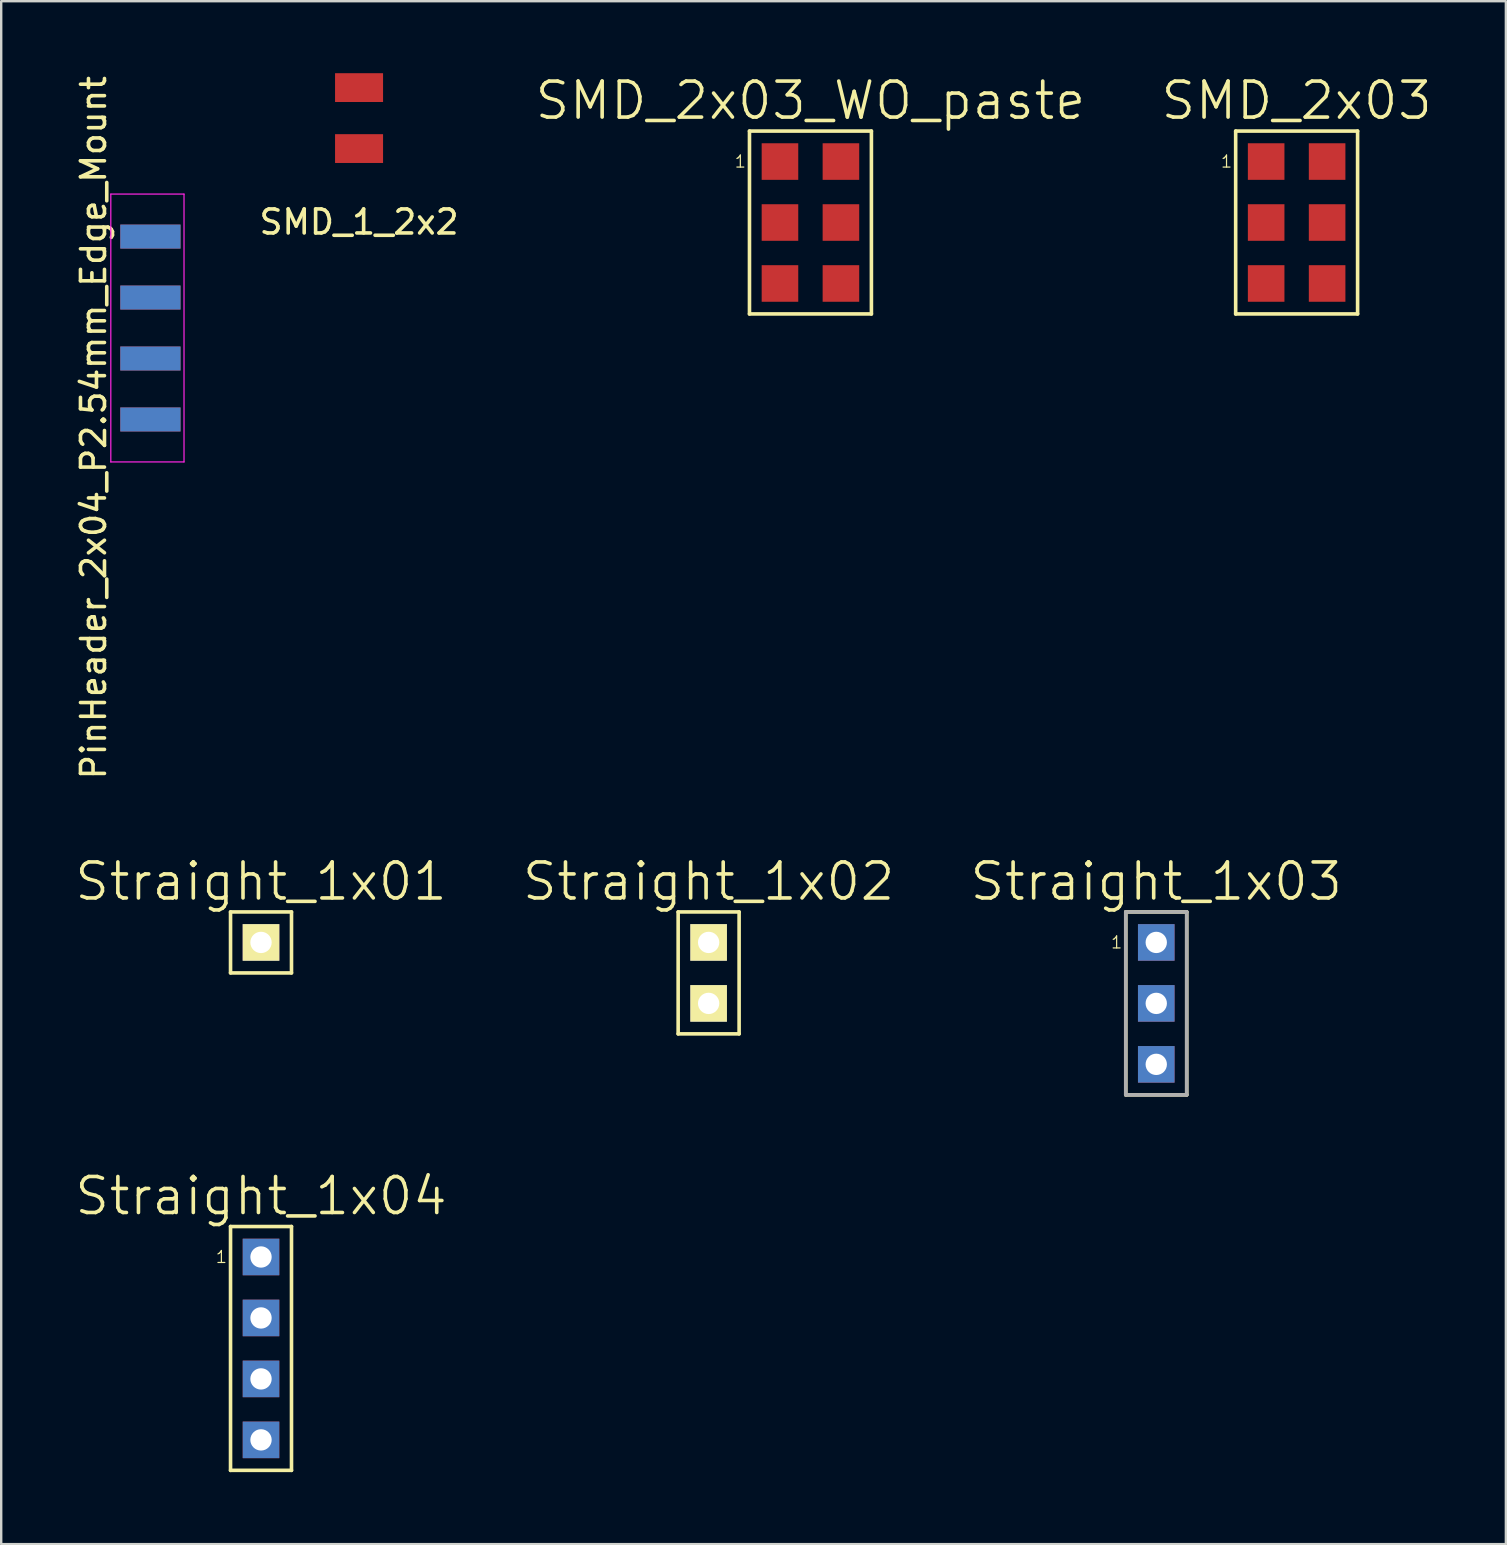
<source format=kicad_pcb>
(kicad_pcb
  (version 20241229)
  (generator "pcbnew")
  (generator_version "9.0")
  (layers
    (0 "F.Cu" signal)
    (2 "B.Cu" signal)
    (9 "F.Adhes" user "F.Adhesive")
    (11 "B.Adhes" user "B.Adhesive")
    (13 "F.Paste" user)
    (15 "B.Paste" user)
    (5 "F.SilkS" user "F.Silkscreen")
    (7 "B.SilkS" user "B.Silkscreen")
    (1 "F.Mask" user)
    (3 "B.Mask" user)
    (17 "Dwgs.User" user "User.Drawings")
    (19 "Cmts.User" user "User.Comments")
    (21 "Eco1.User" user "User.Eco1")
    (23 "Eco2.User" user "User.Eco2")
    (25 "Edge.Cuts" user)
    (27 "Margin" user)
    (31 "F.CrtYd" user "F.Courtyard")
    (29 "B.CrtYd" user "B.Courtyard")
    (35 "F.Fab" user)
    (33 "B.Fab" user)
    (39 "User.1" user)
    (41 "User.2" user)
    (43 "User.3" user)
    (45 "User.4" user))
  (footprint "Straight_1x01"
    (layer "F.Cu")
    (at 7.825 36.216)
    (property "Reference" "Straight_1x01" (at 0 -2.54 0) (layer "F.SilkS") (effects (font (size 1.5 1.5) (thickness 0.15))))
    (attr through_hole)
    (fp_line (start -1.27 -1.27) (end 1.27 -1.27) (stroke (width 0.15) (type solid)) (layer "F.SilkS"))
    (fp_line (start -1.27 1.27) (end -1.27 -1.27) (stroke (width 0.15) (type solid)) (layer "F.SilkS"))
    (fp_line (start 1.27 -1.27) (end 1.27 1.27) (stroke (width 0.15) (type solid)) (layer "F.SilkS"))
    (fp_line (start 1.27 1.27) (end -1.27 1.27) (stroke (width 0.15) (type solid)) (layer "F.SilkS"))
    (pad "1" thru_hole rect (at 0 0) (size 1.524 1.524) (drill 0.889) (layers "*.Cu" "*.Mask" "F.SilkS")))
  (footprint "SMD_1_2x2"
    (layer "F.Cu")
    (at 11.91 0.6)
    (property "Reference" "SMD_1_2x2" (at 0 5.601 0) (layer "F.SilkS") (effects (font (size 1 1) (thickness 0.15))))
    (attr through_hole)
    (pad "1" smd rect (at 0 0) (size 2 1.2) (layers "F.Cu" "F.Mask" "F.Paste"))
    (pad "2" smd rect (at 0 2.54) (size 2 1.2) (layers "F.Cu" "F.Mask" "F.Paste")))
  (footprint "Straight_1x04"
    (layer "F.Cu")
    (at 7.825 53.132)
    (property "Reference" "Straight_1x04" (at 0 -6.35 0) (layer "F.SilkS") (effects (font (size 1.5 1.5) (thickness 0.15))))
    (attr through_hole)
    (fp_line (start -1.27 -5.08) (end 1.27 -5.08) (stroke (width 0.15) (type solid)) (layer "F.SilkS"))
    (fp_line (start -1.27 5.08) (end -1.27 -5.08) (stroke (width 0.15) (type solid)) (layer "F.SilkS"))
    (fp_line (start 1.27 -5.08) (end 1.27 5.08) (stroke (width 0.15) (type solid)) (layer "F.SilkS"))
    (fp_line (start 1.27 5.08) (end -1.27 5.08) (stroke (width 0.15) (type solid)) (layer "F.SilkS"))
    (fp_text user "1" (at -1.651 -3.81 0) (layer "F.SilkS") (effects (font (size 0.5 0.5) (thickness 0.05))))
    (pad "1" thru_hole rect (at 0 -3.81) (size 1.524 1.524) (drill 0.889) (layers "*.Cu" "*.Mask"))
    (pad "2" thru_hole rect (at 0 -1.27) (size 1.524 1.524) (drill 0.889) (layers "*.Cu" "*.Mask"))
    (pad "3" thru_hole rect (at 0 1.27) (size 1.524 1.524) (drill 0.889) (layers "*.Cu" "*.Mask"))
    (pad "4" thru_hole rect (at 0 3.81) (size 1.524 1.524) (drill 0.889) (layers "*.Cu" "*.Mask")))
  (footprint "Straight_1x02"
    (layer "F.Cu")
    (at 26.475 37.486)
    (property "Reference" "Straight_1x02" (at 0 -3.81 0) (layer "F.SilkS") (effects (font (size 1.5 1.5) (thickness 0.15))))
    (attr through_hole)
    (fp_line (start -1.27 -2.54) (end 1.27 -2.54) (stroke (width 0.15) (type solid)) (layer "F.SilkS"))
    (fp_line (start -1.27 2.54) (end -1.27 -2.54) (stroke (width 0.15) (type solid)) (layer "F.SilkS"))
    (fp_line (start 1.27 -2.54) (end 1.27 2.54) (stroke (width 0.15) (type solid)) (layer "F.SilkS"))
    (fp_line (start 1.27 2.54) (end -1.27 2.54) (stroke (width 0.15) (type solid)) (layer "F.SilkS"))
    (pad "1" thru_hole rect (at 0 -1.27) (size 1.524 1.524) (drill 0.889) (layers "*.Cu" "*.Mask" "F.SilkS"))
    (pad "2" thru_hole rect (at 0 1.27) (size 1.524 1.524) (drill 0.889) (layers "*.Cu" "*.Mask" "F.SilkS")))
  (footprint "PinHeader_2x04_P2.54mm_Edge_Mount"
    (layer "F.Cu")
    (at 3.217 10.617)
    (property "Reference" "PinHeader_2x04_P2.54mm_Edge_Mount" (at -2.369 4.151 90) (layer "F.SilkS") (effects (font (size 1 1) (thickness 0.15))))
    (attr smd)
    (fp_line (start -1.65 -5.58) (end -1.65 5.58) (stroke (width 0.05) (type solid)) (layer "F.CrtYd"))
    (fp_line (start -1.65 5.58) (end 1.4 5.58) (stroke (width 0.05) (type solid)) (layer "F.CrtYd"))
    (fp_line (start 1.4 -5.58) (end -1.65 -5.58) (stroke (width 0.05) (type solid)) (layer "F.CrtYd"))
    (fp_line (start 1.4 -5.58) (end 1.4 5.58) (stroke (width 0.05) (type solid)) (layer "F.CrtYd"))
    (pad "1" smd rect (at 0 -3.81) (size 2.51 1) (layers "F.Cu" "F.Mask"))
    (pad "2" smd rect (at 0 -3.81) (size 2.51 1) (layers "B.Cu" "B.Mask"))
    (pad "3" smd rect (at 0 -1.27) (size 2.51 1) (layers "F.Cu" "F.Mask"))
    (pad "4" smd rect (at 0 -1.27) (size 2.51 1) (layers "B.Cu" "B.Mask"))
    (pad "5" smd rect (at 0 1.27) (size 2.51 1) (layers "F.Cu" "F.Mask"))
    (pad "6" smd rect (at 0 1.27) (size 2.51 1) (layers "B.Cu" "B.Mask"))
    (pad "7" smd rect (at 0 3.81) (size 2.51 1) (layers "F.Cu" "F.Mask"))
    (pad "8" smd rect (at 0 3.81) (size 2.51 1) (layers "B.Cu" "B.Mask")))
  (footprint "Straight_1x03"
    (layer "F.Cu")
    (at 45.125 38.756)
    (property "Reference" "Straight_1x03" (at 0 -5.08 0) (layer "F.SilkS") (effects (font (size 1.5 1.5) (thickness 0.15))))
    (attr through_hole)
    (fp_line (start -1.27 -3.81) (end 1.27 -3.81) (stroke (width 0.15) (type solid)) (layer "F.SilkS"))
    (fp_line (start -1.27 3.81) (end -1.27 -3.81) (stroke (width 0.15) (type solid)) (layer "F.SilkS"))
    (fp_line (start 1.27 -3.81) (end 1.27 3.81) (stroke (width 0.15) (type solid)) (layer "F.SilkS"))
    (fp_line (start 1.27 3.81) (end -1.27 3.81) (stroke (width 0.15) (type solid)) (layer "F.SilkS"))
    (fp_line (start -1.27 -3.81) (end 1.27 -3.81) (stroke (width 0.15) (type solid)) (layer "F.Fab"))
    (fp_line (start -1.27 3.81) (end -1.27 -3.81) (stroke (width 0.15) (type solid)) (layer "F.Fab"))
    (fp_line (start 1.27 -3.81) (end 1.27 3.81) (stroke (width 0.15) (type solid)) (layer "F.Fab"))
    (fp_line (start 1.27 3.81) (end -1.27 3.81) (stroke (width 0.15) (type solid)) (layer "F.Fab"))
    (fp_text user "1" (at -1.651 -2.54 0) (layer "F.SilkS") (effects (font (size 0.5 0.5) (thickness 0.05))))
    (pad "1" thru_hole rect (at 0 -2.54) (size 1.524 1.524) (drill 0.889) (layers "*.Cu" "*.Mask"))
    (pad "2" thru_hole rect (at 0 0) (size 1.524 1.524) (drill 0.889) (layers "*.Cu" "*.Mask"))
    (pad "3" thru_hole rect (at 0 2.54) (size 1.524 1.524) (drill 0.889) (layers "*.Cu" "*.Mask")))
  (footprint "SMD_2x03"
    (layer "F.Cu")
    (at 50.974 6.221)
    (property "Reference" "SMD_2x03" (at 0 -5.08 0) (layer "F.SilkS") (effects (font (size 1.5 1.5) (thickness 0.15))))
    (attr through_hole)
    (fp_line (start -2.54 -3.81) (end 2.54 -3.81) (stroke (width 0.15) (type solid)) (layer "F.SilkS"))
    (fp_line (start -2.54 3.81) (end -2.54 -3.81) (stroke (width 0.15) (type solid)) (layer "F.SilkS"))
    (fp_line (start 2.54 -3.81) (end 2.54 3.81) (stroke (width 0.15) (type solid)) (layer "F.SilkS"))
    (fp_line (start 2.54 3.81) (end -2.54 3.81) (stroke (width 0.15) (type solid)) (layer "F.SilkS"))
    (fp_text user "1" (at -2.921 -2.54 0) (layer "F.SilkS") (effects (font (size 0.5 0.5) (thickness 0.05))))
    (pad "1" smd rect (at -1.27 -2.54) (size 1.524 1.524) (layers "F.Cu" "F.Mask" "F.Paste"))
    (pad "2" smd rect (at 1.27 -2.54) (size 1.524 1.524) (layers "F.Cu" "F.Mask" "F.Paste"))
    (pad "3" smd rect (at -1.27 0) (size 1.524 1.524) (layers "F.Cu" "F.Mask" "F.Paste"))
    (pad "4" smd rect (at 1.27 0) (size 1.524 1.524) (layers "F.Cu" "F.Mask" "F.Paste"))
    (pad "5" smd rect (at -1.27 2.54) (size 1.524 1.524) (layers "F.Cu" "F.Mask" "F.Paste"))
    (pad "6" smd rect (at 1.27 2.54) (size 1.524 1.524) (layers "F.Cu" "F.Mask" "F.Paste")))
  (footprint "SMD_2x03_WO_paste"
    (layer "F.Cu")
    (at 30.717 6.221)
    (property "Reference" "SMD_2x03_WO_paste" (at 0 -5.08 0) (layer "F.SilkS") (effects (font (size 1.5 1.5) (thickness 0.15))))
    (attr smd)
    (fp_line (start -2.54 -3.81) (end 2.54 -3.81) (stroke (width 0.15) (type solid)) (layer "F.SilkS"))
    (fp_line (start -2.54 3.81) (end -2.54 -3.81) (stroke (width 0.15) (type solid)) (layer "F.SilkS"))
    (fp_line (start 2.54 -3.81) (end 2.54 3.81) (stroke (width 0.15) (type solid)) (layer "F.SilkS"))
    (fp_line (start 2.54 3.81) (end -2.54 3.81) (stroke (width 0.15) (type solid)) (layer "F.SilkS"))
    (fp_text user "1" (at -2.921 -2.54 0) (layer "F.SilkS") (effects (font (size 0.5 0.5) (thickness 0.05))))
    (pad "1" smd rect (at -1.27 -2.54) (size 1.524 1.524) (layers "F.Cu" "F.Mask"))
    (pad "2" smd rect (at 1.27 -2.54) (size 1.524 1.524) (layers "F.Cu" "F.Mask"))
    (pad "3" smd rect (at -1.27 0) (size 1.524 1.524) (layers "F.Cu" "F.Mask"))
    (pad "4" smd rect (at 1.27 0) (size 1.524 1.524) (layers "F.Cu" "F.Mask"))
    (pad "5" smd rect (at -1.27 2.54) (size 1.524 1.524) (layers "F.Cu" "F.Mask"))
    (pad "6" smd rect (at 1.27 2.54) (size 1.524 1.524) (layers "F.Cu" "F.Mask")))
  (gr_rect
    (start -3 -3)
    (end 59.692 61.287)
    (stroke (width 0.1) (type default))
    (fill no)
    (layer "Edge.Cuts")))
</source>
